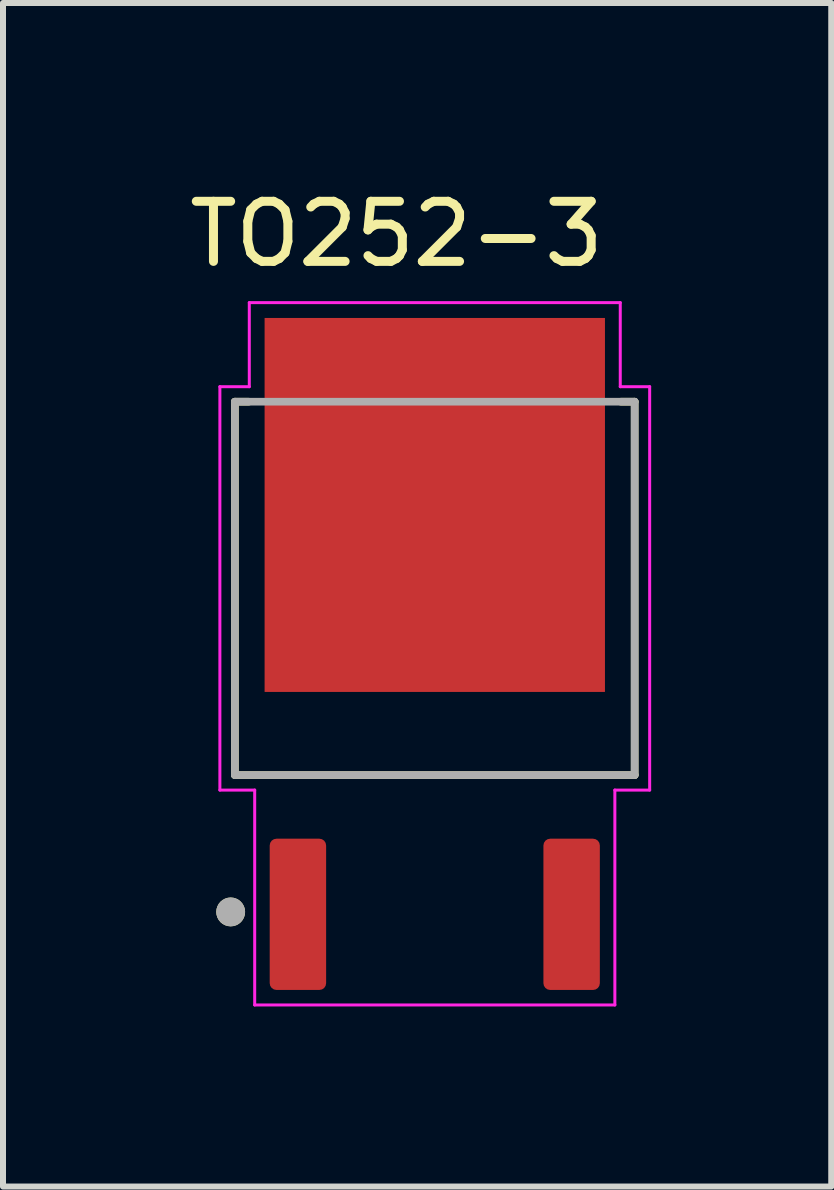
<source format=kicad_pcb>
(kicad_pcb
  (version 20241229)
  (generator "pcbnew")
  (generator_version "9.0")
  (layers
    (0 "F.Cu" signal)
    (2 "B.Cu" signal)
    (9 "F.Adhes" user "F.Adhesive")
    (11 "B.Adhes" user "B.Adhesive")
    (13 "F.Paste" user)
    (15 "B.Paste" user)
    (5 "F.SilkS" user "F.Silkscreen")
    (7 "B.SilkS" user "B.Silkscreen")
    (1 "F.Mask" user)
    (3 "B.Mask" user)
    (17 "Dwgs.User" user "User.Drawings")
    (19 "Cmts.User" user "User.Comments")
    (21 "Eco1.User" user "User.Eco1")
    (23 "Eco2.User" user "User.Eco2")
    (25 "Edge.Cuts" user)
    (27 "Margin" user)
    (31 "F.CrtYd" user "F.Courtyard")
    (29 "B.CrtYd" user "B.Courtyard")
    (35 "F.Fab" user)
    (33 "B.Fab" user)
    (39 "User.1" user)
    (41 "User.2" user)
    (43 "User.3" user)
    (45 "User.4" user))
  (footprint "TO252-3"
    (layer "F.Cu")
    (at 4.193 7.842)
    (property "Reference" "TO252-3" (at -0.636 -6.993 0) (layer "F.SilkS") (effects (font (size 1.001 1.001) (thickness 0.15))))
    (attr smd)
    (fp_line (start -3.33 -4.2) (end -3.33 2.02) (stroke (width 0.127) (type solid)) (layer "F.SilkS"))
    (fp_line (start -3.33 2.02) (end 3.33 2.02) (stroke (width 0.127) (type solid)) (layer "F.SilkS"))
    (fp_line (start -3.1 -4.2) (end -3.33 -4.2) (stroke (width 0.127) (type solid)) (layer "F.SilkS"))
    (fp_line (start 3.33 -4.2) (end 3.1 -4.2) (stroke (width 0.127) (type solid)) (layer "F.SilkS"))
    (fp_line (start 3.33 2.02) (end 3.33 -4.2) (stroke (width 0.127) (type solid)) (layer "F.SilkS"))
    (fp_circle (center -3.4 4.3) (end -3.28 4.3) (stroke (width 0.24) (type solid)) (fill no) (layer "F.SilkS"))
    (fp_poly (pts (xy -2.545 -5.31) (xy -1.235 -5.31) (xy -1.235 -3.81) (xy -2.545 -3.81)) (stroke (width 0.01) (type solid)) (fill yes) (layer "F.Paste"))
    (fp_poly (pts (xy -2.545 -3.23) (xy -1.235 -3.23) (xy -1.235 -1.73) (xy -2.545 -1.73)) (stroke (width 0.01) (type solid)) (fill yes) (layer "F.Paste"))
    (fp_poly (pts (xy -2.545 -1.15) (xy -1.235 -1.15) (xy -1.235 0.35) (xy -2.545 0.35)) (stroke (width 0.01) (type solid)) (fill yes) (layer "F.Paste"))
    (fp_poly (pts (xy -0.655 -5.31) (xy 0.655 -5.31) (xy 0.655 -3.81) (xy -0.655 -3.81)) (stroke (width 0.01) (type solid)) (fill yes) (layer "F.Paste"))
    (fp_poly (pts (xy -0.655 -3.23) (xy 0.655 -3.23) (xy 0.655 -1.73) (xy -0.655 -1.73)) (stroke (width 0.01) (type solid)) (fill yes) (layer "F.Paste"))
    (fp_poly (pts (xy -0.655 -1.15) (xy 0.655 -1.15) (xy 0.655 0.35) (xy -0.655 0.35)) (stroke (width 0.01) (type solid)) (fill yes) (layer "F.Paste"))
    (fp_poly (pts (xy 1.235 -5.31) (xy 2.545 -5.31) (xy 2.545 -3.81) (xy 1.235 -3.81)) (stroke (width 0.01) (type solid)) (fill yes) (layer "F.Paste"))
    (fp_poly (pts (xy 1.235 -3.23) (xy 2.545 -3.23) (xy 2.545 -1.73) (xy 1.235 -1.73)) (stroke (width 0.01) (type solid)) (fill yes) (layer "F.Paste"))
    (fp_poly (pts (xy 1.235 -1.15) (xy 2.545 -1.15) (xy 2.545 0.35) (xy 1.235 0.35)) (stroke (width 0.01) (type solid)) (fill yes) (layer "F.Paste"))
    (fp_line (start -3.58 -4.45) (end -3.09 -4.45) (stroke (width 0.05) (type solid)) (layer "F.CrtYd"))
    (fp_line (start -3.58 2.27) (end -3.58 -4.45) (stroke (width 0.05) (type solid)) (layer "F.CrtYd"))
    (fp_line (start -3.09 -5.85) (end 3.09 -5.85) (stroke (width 0.05) (type solid)) (layer "F.CrtYd"))
    (fp_line (start -3.09 -4.45) (end -3.09 -5.85) (stroke (width 0.05) (type solid)) (layer "F.CrtYd"))
    (fp_line (start -3 2.27) (end -3.58 2.27) (stroke (width 0.05) (type solid)) (layer "F.CrtYd"))
    (fp_line (start -3 5.85) (end -3 2.27) (stroke (width 0.05) (type solid)) (layer "F.CrtYd"))
    (fp_line (start 3 2.27) (end 3 5.85) (stroke (width 0.05) (type solid)) (layer "F.CrtYd"))
    (fp_line (start 3 5.85) (end -3 5.85) (stroke (width 0.05) (type solid)) (layer "F.CrtYd"))
    (fp_line (start 3.09 -5.85) (end 3.09 -4.45) (stroke (width 0.05) (type solid)) (layer "F.CrtYd"))
    (fp_line (start 3.09 -4.45) (end 3.58 -4.45) (stroke (width 0.05) (type solid)) (layer "F.CrtYd"))
    (fp_line (start 3.58 -4.45) (end 3.58 2.27) (stroke (width 0.05) (type solid)) (layer "F.CrtYd"))
    (fp_line (start 3.58 2.27) (end 3 2.27) (stroke (width 0.05) (type solid)) (layer "F.CrtYd"))
    (fp_line (start -3.33 -4.2) (end 3.33 -4.2) (stroke (width 0.127) (type solid)) (layer "F.Fab"))
    (fp_line (start -3.33 2.02) (end -3.33 -4.2) (stroke (width 0.127) (type solid)) (layer "F.Fab"))
    (fp_line (start 3.33 -4.2) (end 3.33 2.02) (stroke (width 0.127) (type solid)) (layer "F.Fab"))
    (fp_line (start 3.33 2.02) (end -3.33 2.02) (stroke (width 0.127) (type solid)) (layer "F.Fab"))
    (fp_circle (center -3.4 4.3) (end -3.28 4.3) (stroke (width 0.24) (type solid)) (fill no) (layer "F.Fab"))
    (pad "1" smd roundrect (at -2.28 4.34 90) (size 2.52 0.94) (layers "F.Cu" "F.Mask" "F.Paste") (roundrect_rratio 0.12))
    (pad "2" smd rect (at 0 -2.48) (size 5.67 6.23) (layers "F.Cu" "F.Mask"))
    (pad "3" smd roundrect (at 2.28 4.34 90) (size 2.52 0.94) (layers "F.Cu" "F.Mask" "F.Paste") (roundrect_rratio 0.12)))
  (gr_rect
    (start -3 -3)
    (end 10.798 16.717)
    (stroke (width 0.1) (type default))
    (fill no)
    (layer "Edge.Cuts")))
</source>
